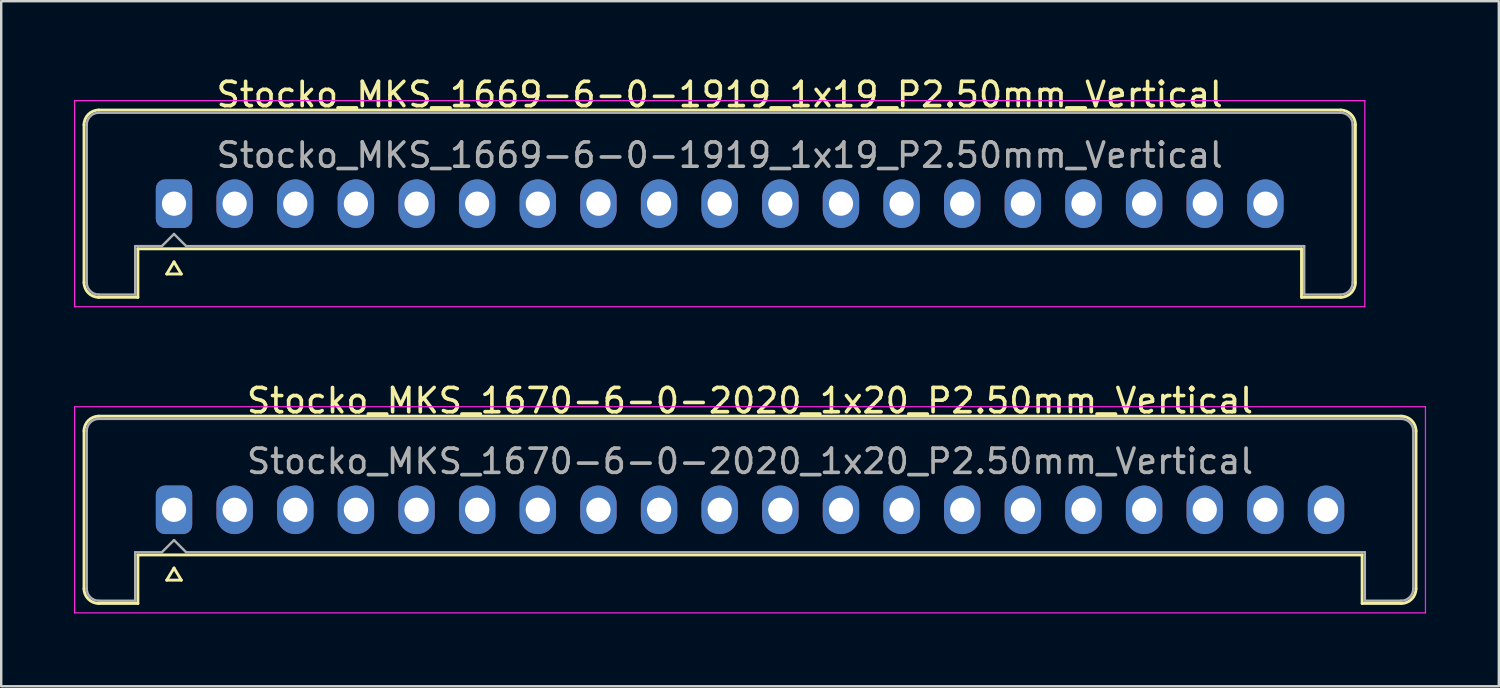
<source format=kicad_pcb>
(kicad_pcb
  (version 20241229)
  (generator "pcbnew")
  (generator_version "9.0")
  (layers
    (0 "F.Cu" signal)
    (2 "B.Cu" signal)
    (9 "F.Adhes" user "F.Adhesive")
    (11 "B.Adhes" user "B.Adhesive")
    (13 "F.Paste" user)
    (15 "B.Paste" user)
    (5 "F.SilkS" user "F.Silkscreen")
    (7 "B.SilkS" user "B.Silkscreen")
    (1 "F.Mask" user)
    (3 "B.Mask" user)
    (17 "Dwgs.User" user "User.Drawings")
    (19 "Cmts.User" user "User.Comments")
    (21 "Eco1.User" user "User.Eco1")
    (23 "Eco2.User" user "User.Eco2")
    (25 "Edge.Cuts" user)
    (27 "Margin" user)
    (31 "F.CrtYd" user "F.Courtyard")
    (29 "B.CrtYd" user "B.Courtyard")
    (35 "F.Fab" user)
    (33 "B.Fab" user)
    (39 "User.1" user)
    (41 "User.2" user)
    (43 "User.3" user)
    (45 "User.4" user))
  (footprint "Stocko_MKS_1670-6-0-2020_1x20_P2.50mm_Vertical"
    (layer "F.Cu")
    (at 4.125 17.971)
    (property "Reference" "Stocko_MKS_1670-6-0-2020_1x20_P2.50mm_Vertical" (at 23.75 -4.5 0) (layer "F.SilkS") (effects (font (size 1 1) (thickness 0.15))))
    (attr through_hole)
    (fp_line (start -3.71 -3.25) (end -3.71 3.25) (stroke (width 0.12) (type solid)) (layer "F.SilkS"))
    (fp_line (start -3.1 -3.86) (end 50.6 -3.86) (stroke (width 0.12) (type solid)) (layer "F.SilkS"))
    (fp_line (start -3.1 3.86) (end -1.49 3.86) (stroke (width 0.12) (type solid)) (layer "F.SilkS"))
    (fp_line (start -1.49 1.86) (end 48.99 1.86) (stroke (width 0.12) (type solid)) (layer "F.SilkS"))
    (fp_line (start -1.49 3.86) (end -1.49 1.86) (stroke (width 0.12) (type solid)) (layer "F.SilkS"))
    (fp_line (start -0.3 2.9) (end 0.3 2.9) (stroke (width 0.12) (type solid)) (layer "F.SilkS"))
    (fp_line (start 0 2.4) (end -0.3 2.9) (stroke (width 0.12) (type solid)) (layer "F.SilkS"))
    (fp_line (start 0.3 2.9) (end 0 2.4) (stroke (width 0.12) (type solid)) (layer "F.SilkS"))
    (fp_line (start 48.99 3.86) (end 48.99 1.86) (stroke (width 0.12) (type solid)) (layer "F.SilkS"))
    (fp_line (start 50.6 3.86) (end 48.99 3.86) (stroke (width 0.12) (type solid)) (layer "F.SilkS"))
    (fp_line (start 51.21 -3.25) (end 51.21 3.25) (stroke (width 0.12) (type solid)) (layer "F.SilkS"))
    (fp_arc (start -3.71 -3.25) (mid -3.531335 -3.681335) (end -3.1 -3.86) (stroke (width 0.12) (type solid)) (layer "F.SilkS"))
    (fp_arc (start -3.1 3.86) (mid -3.531335 3.681335) (end -3.71 3.25) (stroke (width 0.12) (type solid)) (layer "F.SilkS"))
    (fp_arc (start 50.6 -3.86) (mid 51.031335 -3.681335) (end 51.21 -3.25) (stroke (width 0.12) (type solid)) (layer "F.SilkS"))
    (fp_arc (start 51.21 3.25) (mid 51.031335 3.681335) (end 50.6 3.86) (stroke (width 0.12) (type solid)) (layer "F.SilkS"))
    (fp_line (start -4.1 -4.25) (end -4.1 4.25) (stroke (width 0.05) (type solid)) (layer "F.CrtYd"))
    (fp_line (start -4.1 4.25) (end 51.6 4.25) (stroke (width 0.05) (type solid)) (layer "F.CrtYd"))
    (fp_line (start 51.6 -4.25) (end -4.1 -4.25) (stroke (width 0.05) (type solid)) (layer "F.CrtYd"))
    (fp_line (start 51.6 4.25) (end 51.6 -4.25) (stroke (width 0.05) (type solid)) (layer "F.CrtYd"))
    (fp_line (start -3.6 -3.25) (end -3.6 3.25) (stroke (width 0.1) (type solid)) (layer "F.Fab"))
    (fp_line (start -3.1 -3.75) (end 50.6 -3.75) (stroke (width 0.1) (type solid)) (layer "F.Fab"))
    (fp_line (start -3.1 3.75) (end -1.6 3.75) (stroke (width 0.1) (type solid)) (layer "F.Fab"))
    (fp_line (start -1.6 1.75) (end -0.5 1.75) (stroke (width 0.1) (type solid)) (layer "F.Fab"))
    (fp_line (start -1.6 3.75) (end -1.6 1.75) (stroke (width 0.1) (type solid)) (layer "F.Fab"))
    (fp_line (start -0.5 1.75) (end 0 1.25) (stroke (width 0.1) (type solid)) (layer "F.Fab"))
    (fp_line (start 0 1.25) (end 0.5 1.75) (stroke (width 0.1) (type solid)) (layer "F.Fab"))
    (fp_line (start 0.5 1.75) (end 49.1 1.75) (stroke (width 0.1) (type solid)) (layer "F.Fab"))
    (fp_line (start 49.1 3.75) (end 49.1 1.75) (stroke (width 0.1) (type solid)) (layer "F.Fab"))
    (fp_line (start 50.6 3.75) (end 49.1 3.75) (stroke (width 0.1) (type solid)) (layer "F.Fab"))
    (fp_line (start 51.1 -3.25) (end 51.1 3.25) (stroke (width 0.1) (type solid)) (layer "F.Fab"))
    (fp_arc (start -3.6 -3.25) (mid -3.453553 -3.603553) (end -3.1 -3.75) (stroke (width 0.1) (type solid)) (layer "F.Fab"))
    (fp_arc (start -3.1 3.75) (mid -3.453553 3.603553) (end -3.6 3.25) (stroke (width 0.1) (type solid)) (layer "F.Fab"))
    (fp_arc (start 50.6 -3.75) (mid 50.953553 -3.603553) (end 51.1 -3.25) (stroke (width 0.1) (type solid)) (layer "F.Fab"))
    (fp_arc (start 51.1 3.25) (mid 50.953553 3.603553) (end 50.6 3.75) (stroke (width 0.1) (type solid)) (layer "F.Fab"))
    (fp_text user "${REFERENCE}" (at 23.75 -2 0) (layer "F.Fab") (effects (font (size 1 1) (thickness 0.15))))
    (pad "1" thru_hole roundrect (at 0 0) (size 1.5 2) (drill 1) (layers "*.Cu" "*.Mask") (roundrect_rratio 0.25))
    (pad "2" thru_hole oval (at 2.5 0) (size 1.5 2) (drill 1) (layers "*.Cu" "*.Mask"))
    (pad "3" thru_hole oval (at 5 0) (size 1.5 2) (drill 1) (layers "*.Cu" "*.Mask"))
    (pad "4" thru_hole oval (at 7.5 0) (size 1.5 2) (drill 1) (layers "*.Cu" "*.Mask"))
    (pad "5" thru_hole oval (at 10 0) (size 1.5 2) (drill 1) (layers "*.Cu" "*.Mask"))
    (pad "6" thru_hole oval (at 12.5 0) (size 1.5 2) (drill 1) (layers "*.Cu" "*.Mask"))
    (pad "7" thru_hole oval (at 15 0) (size 1.5 2) (drill 1) (layers "*.Cu" "*.Mask"))
    (pad "8" thru_hole oval (at 17.5 0) (size 1.5 2) (drill 1) (layers "*.Cu" "*.Mask"))
    (pad "9" thru_hole oval (at 20 0) (size 1.5 2) (drill 1) (layers "*.Cu" "*.Mask"))
    (pad "10" thru_hole oval (at 22.5 0) (size 1.5 2) (drill 1) (layers "*.Cu" "*.Mask"))
    (pad "11" thru_hole oval (at 25 0) (size 1.5 2) (drill 1) (layers "*.Cu" "*.Mask"))
    (pad "12" thru_hole oval (at 27.5 0) (size 1.5 2) (drill 1) (layers "*.Cu" "*.Mask"))
    (pad "13" thru_hole oval (at 30 0) (size 1.5 2) (drill 1) (layers "*.Cu" "*.Mask"))
    (pad "14" thru_hole oval (at 32.5 0) (size 1.5 2) (drill 1) (layers "*.Cu" "*.Mask"))
    (pad "15" thru_hole oval (at 35 0) (size 1.5 2) (drill 1) (layers "*.Cu" "*.Mask"))
    (pad "16" thru_hole oval (at 37.5 0) (size 1.5 2) (drill 1) (layers "*.Cu" "*.Mask"))
    (pad "17" thru_hole oval (at 40 0) (size 1.5 2) (drill 1) (layers "*.Cu" "*.Mask"))
    (pad "18" thru_hole oval (at 42.5 0) (size 1.5 2) (drill 1) (layers "*.Cu" "*.Mask"))
    (pad "19" thru_hole oval (at 45 0) (size 1.5 2) (drill 1) (layers "*.Cu" "*.Mask"))
    (pad "20" thru_hole oval (at 47.5 0) (size 1.5 2) (drill 1) (layers "*.Cu" "*.Mask")))
  (footprint "Stocko_MKS_1669-6-0-1919_1x19_P2.50mm_Vertical"
    (layer "F.Cu")
    (at 4.125 5.348)
    (property "Reference" "Stocko_MKS_1669-6-0-1919_1x19_P2.50mm_Vertical" (at 22.5 -4.5 0) (layer "F.SilkS") (effects (font (size 1 1) (thickness 0.15))))
    (attr through_hole)
    (fp_line (start -3.71 -3.25) (end -3.71 3.25) (stroke (width 0.12) (type solid)) (layer "F.SilkS"))
    (fp_line (start -3.1 -3.86) (end 48.1 -3.86) (stroke (width 0.12) (type solid)) (layer "F.SilkS"))
    (fp_line (start -3.1 3.86) (end -1.49 3.86) (stroke (width 0.12) (type solid)) (layer "F.SilkS"))
    (fp_line (start -1.49 1.86) (end 46.49 1.86) (stroke (width 0.12) (type solid)) (layer "F.SilkS"))
    (fp_line (start -1.49 3.86) (end -1.49 1.86) (stroke (width 0.12) (type solid)) (layer "F.SilkS"))
    (fp_line (start -0.3 2.9) (end 0.3 2.9) (stroke (width 0.12) (type solid)) (layer "F.SilkS"))
    (fp_line (start 0 2.4) (end -0.3 2.9) (stroke (width 0.12) (type solid)) (layer "F.SilkS"))
    (fp_line (start 0.3 2.9) (end 0 2.4) (stroke (width 0.12) (type solid)) (layer "F.SilkS"))
    (fp_line (start 46.49 3.86) (end 46.49 1.86) (stroke (width 0.12) (type solid)) (layer "F.SilkS"))
    (fp_line (start 48.1 3.86) (end 46.49 3.86) (stroke (width 0.12) (type solid)) (layer "F.SilkS"))
    (fp_line (start 48.71 -3.25) (end 48.71 3.25) (stroke (width 0.12) (type solid)) (layer "F.SilkS"))
    (fp_arc (start -3.71 -3.25) (mid -3.531335 -3.681335) (end -3.1 -3.86) (stroke (width 0.12) (type solid)) (layer "F.SilkS"))
    (fp_arc (start -3.1 3.86) (mid -3.531335 3.681335) (end -3.71 3.25) (stroke (width 0.12) (type solid)) (layer "F.SilkS"))
    (fp_arc (start 48.1 -3.86) (mid 48.531335 -3.681335) (end 48.71 -3.25) (stroke (width 0.12) (type solid)) (layer "F.SilkS"))
    (fp_arc (start 48.71 3.25) (mid 48.531335 3.681335) (end 48.1 3.86) (stroke (width 0.12) (type solid)) (layer "F.SilkS"))
    (fp_line (start -4.1 -4.25) (end -4.1 4.25) (stroke (width 0.05) (type solid)) (layer "F.CrtYd"))
    (fp_line (start -4.1 4.25) (end 49.1 4.25) (stroke (width 0.05) (type solid)) (layer "F.CrtYd"))
    (fp_line (start 49.1 -4.25) (end -4.1 -4.25) (stroke (width 0.05) (type solid)) (layer "F.CrtYd"))
    (fp_line (start 49.1 4.25) (end 49.1 -4.25) (stroke (width 0.05) (type solid)) (layer "F.CrtYd"))
    (fp_line (start -3.6 -3.25) (end -3.6 3.25) (stroke (width 0.1) (type solid)) (layer "F.Fab"))
    (fp_line (start -3.1 -3.75) (end 48.1 -3.75) (stroke (width 0.1) (type solid)) (layer "F.Fab"))
    (fp_line (start -3.1 3.75) (end -1.6 3.75) (stroke (width 0.1) (type solid)) (layer "F.Fab"))
    (fp_line (start -1.6 1.75) (end -0.5 1.75) (stroke (width 0.1) (type solid)) (layer "F.Fab"))
    (fp_line (start -1.6 3.75) (end -1.6 1.75) (stroke (width 0.1) (type solid)) (layer "F.Fab"))
    (fp_line (start -0.5 1.75) (end 0 1.25) (stroke (width 0.1) (type solid)) (layer "F.Fab"))
    (fp_line (start 0 1.25) (end 0.5 1.75) (stroke (width 0.1) (type solid)) (layer "F.Fab"))
    (fp_line (start 0.5 1.75) (end 46.6 1.75) (stroke (width 0.1) (type solid)) (layer "F.Fab"))
    (fp_line (start 46.6 3.75) (end 46.6 1.75) (stroke (width 0.1) (type solid)) (layer "F.Fab"))
    (fp_line (start 48.1 3.75) (end 46.6 3.75) (stroke (width 0.1) (type solid)) (layer "F.Fab"))
    (fp_line (start 48.6 -3.25) (end 48.6 3.25) (stroke (width 0.1) (type solid)) (layer "F.Fab"))
    (fp_arc (start -3.6 -3.25) (mid -3.453553 -3.603553) (end -3.1 -3.75) (stroke (width 0.1) (type solid)) (layer "F.Fab"))
    (fp_arc (start -3.1 3.75) (mid -3.453553 3.603553) (end -3.6 3.25) (stroke (width 0.1) (type solid)) (layer "F.Fab"))
    (fp_arc (start 48.1 -3.75) (mid 48.453553 -3.603553) (end 48.6 -3.25) (stroke (width 0.1) (type solid)) (layer "F.Fab"))
    (fp_arc (start 48.6 3.25) (mid 48.453553 3.603553) (end 48.1 3.75) (stroke (width 0.1) (type solid)) (layer "F.Fab"))
    (fp_text user "${REFERENCE}" (at 22.5 -2 0) (layer "F.Fab") (effects (font (size 1 1) (thickness 0.15))))
    (pad "1" thru_hole roundrect (at 0 0) (size 1.5 2) (drill 1) (layers "*.Cu" "*.Mask") (roundrect_rratio 0.25))
    (pad "2" thru_hole oval (at 2.5 0) (size 1.5 2) (drill 1) (layers "*.Cu" "*.Mask"))
    (pad "3" thru_hole oval (at 5 0) (size 1.5 2) (drill 1) (layers "*.Cu" "*.Mask"))
    (pad "4" thru_hole oval (at 7.5 0) (size 1.5 2) (drill 1) (layers "*.Cu" "*.Mask"))
    (pad "5" thru_hole oval (at 10 0) (size 1.5 2) (drill 1) (layers "*.Cu" "*.Mask"))
    (pad "6" thru_hole oval (at 12.5 0) (size 1.5 2) (drill 1) (layers "*.Cu" "*.Mask"))
    (pad "7" thru_hole oval (at 15 0) (size 1.5 2) (drill 1) (layers "*.Cu" "*.Mask"))
    (pad "8" thru_hole oval (at 17.5 0) (size 1.5 2) (drill 1) (layers "*.Cu" "*.Mask"))
    (pad "9" thru_hole oval (at 20 0) (size 1.5 2) (drill 1) (layers "*.Cu" "*.Mask"))
    (pad "10" thru_hole oval (at 22.5 0) (size 1.5 2) (drill 1) (layers "*.Cu" "*.Mask"))
    (pad "11" thru_hole oval (at 25 0) (size 1.5 2) (drill 1) (layers "*.Cu" "*.Mask"))
    (pad "12" thru_hole oval (at 27.5 0) (size 1.5 2) (drill 1) (layers "*.Cu" "*.Mask"))
    (pad "13" thru_hole oval (at 30 0) (size 1.5 2) (drill 1) (layers "*.Cu" "*.Mask"))
    (pad "14" thru_hole oval (at 32.5 0) (size 1.5 2) (drill 1) (layers "*.Cu" "*.Mask"))
    (pad "15" thru_hole oval (at 35 0) (size 1.5 2) (drill 1) (layers "*.Cu" "*.Mask"))
    (pad "16" thru_hole oval (at 37.5 0) (size 1.5 2) (drill 1) (layers "*.Cu" "*.Mask"))
    (pad "17" thru_hole oval (at 40 0) (size 1.5 2) (drill 1) (layers "*.Cu" "*.Mask"))
    (pad "18" thru_hole oval (at 42.5 0) (size 1.5 2) (drill 1) (layers "*.Cu" "*.Mask"))
    (pad "19" thru_hole oval (at 45 0) (size 1.5 2) (drill 1) (layers "*.Cu" "*.Mask")))
  (gr_rect
    (start -3 -3)
    (end 58.75 25.247)
    (stroke (width 0.1) (type default))
    (fill no)
    (layer "Edge.Cuts")))
</source>
